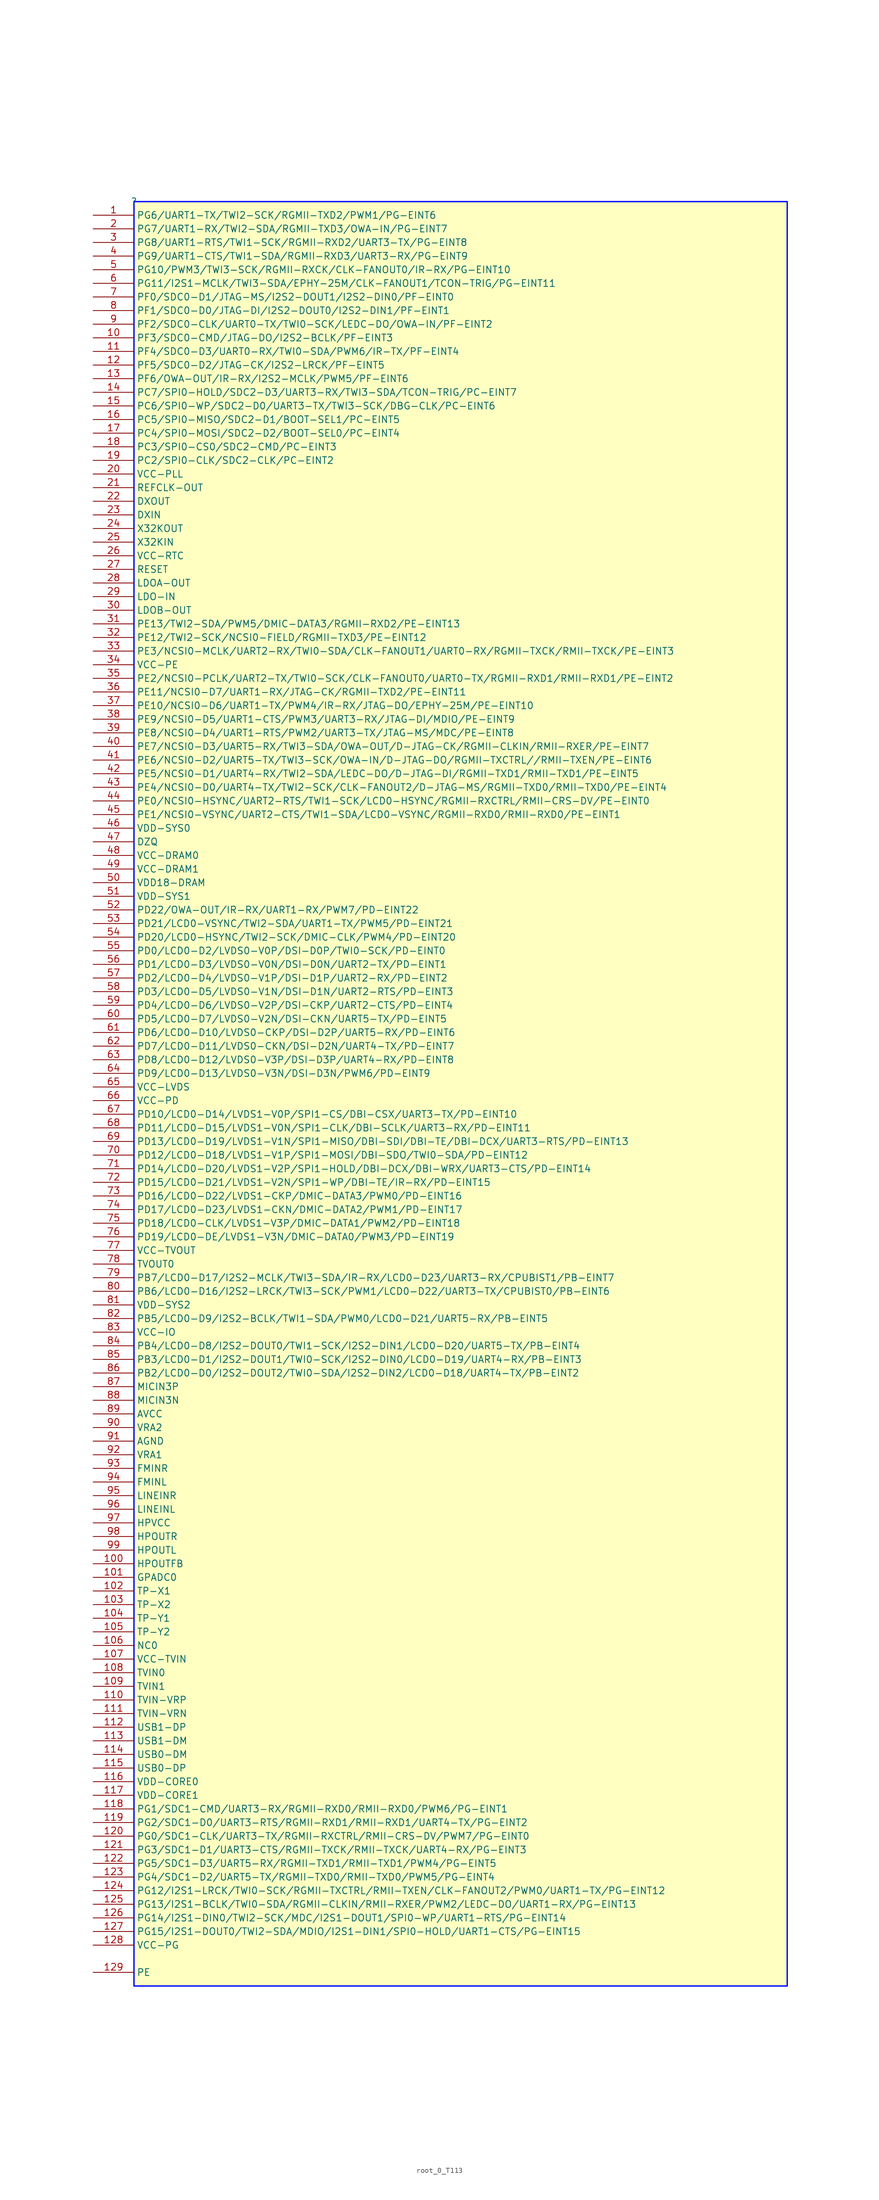
<source format=kicad_sym>
(kicad_symbol_lib
  (version 20231120)
  (generator "kicad_symbol_editor")
  (generator_version "8.0")
  (symbol "root_0_T113"
    (property "Reference" ""
      (at 0 0 0)
      (effects (font (size 1.27 1.27))))
    (property "Value" ""
      (at 0 0 0)
      (effects (font (size 1.27 1.27))))
    (symbol "root_0_T113_1_0"
      (rectangle (start 121.92 0) (end 0 -332.74) (stroke (width 0.254) (type solid) (color 0 11 255 1)) (fill (type background)))
      (pin passive line (at -7.62 -2.54 0) (length 7.62) (name "PG6/UART1-TX/TWI2-SCK/RGMII-TXD2/PWM1/PG-EINT6" (effects (font (size 1.27 1.27)))) (number "1" (effects (font (size 1.27 1.27)))))
      (pin passive line (at -7.62 -25.4 0) (length 7.62) (name "PF3/SDC0-CMD/JTAG-DO/I2S2-BCLK/PF-EINT3" (effects (font (size 1.27 1.27)))) (number "10" (effects (font (size 1.27 1.27)))))
      (pin passive line (at -7.62 -254 0) (length 7.62) (name "HPOUTFB" (effects (font (size 1.27 1.27)))) (number "100" (effects (font (size 1.27 1.27)))))
      (pin passive line (at -7.62 -256.54 0) (length 7.62) (name "GPADC0" (effects (font (size 1.27 1.27)))) (number "101" (effects (font (size 1.27 1.27)))))
      (pin passive line (at -7.62 -259.08 0) (length 7.62) (name "TP-X1" (effects (font (size 1.27 1.27)))) (number "102" (effects (font (size 1.27 1.27)))))
      (pin passive line (at -7.62 -261.62 0) (length 7.62) (name "TP-X2" (effects (font (size 1.27 1.27)))) (number "103" (effects (font (size 1.27 1.27)))))
      (pin passive line (at -7.62 -264.16 0) (length 7.62) (name "TP-Y1" (effects (font (size 1.27 1.27)))) (number "104" (effects (font (size 1.27 1.27)))))
      (pin passive line (at -7.62 -266.7 0) (length 7.62) (name "TP-Y2" (effects (font (size 1.27 1.27)))) (number "105" (effects (font (size 1.27 1.27)))))
      (pin passive line (at -7.62 -269.24 0) (length 7.62) (name "NC0" (effects (font (size 1.27 1.27)))) (number "106" (effects (font (size 1.27 1.27)))))
      (pin passive line (at -7.62 -271.78 0) (length 7.62) (name "VCC-TVIN" (effects (font (size 1.27 1.27)))) (number "107" (effects (font (size 1.27 1.27)))))
      (pin passive line (at -7.62 -274.32 0) (length 7.62) (name "TVIN0" (effects (font (size 1.27 1.27)))) (number "108" (effects (font (size 1.27 1.27)))))
      (pin passive line (at -7.62 -276.86 0) (length 7.62) (name "TVIN1" (effects (font (size 1.27 1.27)))) (number "109" (effects (font (size 1.27 1.27)))))
      (pin passive line (at -7.62 -27.94 0) (length 7.62) (name "PF4/SDC0-D3/UART0-RX/TWI0-SDA/PWM6/IR-TX/PF-EINT4" (effects (font (size 1.27 1.27)))) (number "11" (effects (font (size 1.27 1.27)))))
      (pin passive line (at -7.62 -279.4 0) (length 7.62) (name "TVIN-VRP" (effects (font (size 1.27 1.27)))) (number "110" (effects (font (size 1.27 1.27)))))
      (pin passive line (at -7.62 -281.94 0) (length 7.62) (name "TVIN-VRN" (effects (font (size 1.27 1.27)))) (number "111" (effects (font (size 1.27 1.27)))))
      (pin passive line (at -7.62 -284.48 0) (length 7.62) (name "USB1-DP" (effects (font (size 1.27 1.27)))) (number "112" (effects (font (size 1.27 1.27)))))
      (pin passive line (at -7.62 -287.02 0) (length 7.62) (name "USB1-DM" (effects (font (size 1.27 1.27)))) (number "113" (effects (font (size 1.27 1.27)))))
      (pin passive line (at -7.62 -289.56 0) (length 7.62) (name "USB0-DM" (effects (font (size 1.27 1.27)))) (number "114" (effects (font (size 1.27 1.27)))))
      (pin passive line (at -7.62 -292.1 0) (length 7.62) (name "USB0-DP" (effects (font (size 1.27 1.27)))) (number "115" (effects (font (size 1.27 1.27)))))
      (pin passive line (at -7.62 -294.64 0) (length 7.62) (name "VDD-CORE0" (effects (font (size 1.27 1.27)))) (number "116" (effects (font (size 1.27 1.27)))))
      (pin passive line (at -7.62 -297.18 0) (length 7.62) (name "VDD-CORE1" (effects (font (size 1.27 1.27)))) (number "117" (effects (font (size 1.27 1.27)))))
      (pin passive line (at -7.62 -299.72 0) (length 7.62) (name "PG1/SDC1-CMD/UART3-RX/RGMII-RXD0/RMII-RXD0/PWM6/PG-EINT1" (effects (font (size 1.27 1.27)))) (number "118" (effects (font (size 1.27 1.27)))))
      (pin passive line (at -7.62 -302.26 0) (length 7.62) (name "PG2/SDC1-D0/UART3-RTS/RGMII-RXD1/RMII-RXD1/UART4-TX/PG-EINT2" (effects (font (size 1.27 1.27)))) (number "119" (effects (font (size 1.27 1.27)))))
      (pin passive line (at -7.62 -30.48 0) (length 7.62) (name "PF5/SDC0-D2/JTAG-CK/I2S2-LRCK/PF-EINT5" (effects (font (size 1.27 1.27)))) (number "12" (effects (font (size 1.27 1.27)))))
      (pin passive line (at -7.62 -304.8 0) (length 7.62) (name "PG0/SDC1-CLK/UART3-TX/RGMII-RXCTRL/RMII-CRS-DV/PWM7/PG-EINT0" (effects (font (size 1.27 1.27)))) (number "120" (effects (font (size 1.27 1.27)))))
      (pin passive line (at -7.62 -307.34 0) (length 7.62) (name "PG3/SDC1-D1/UART3-CTS/RGMII-TXCK/RMII-TXCK/UART4-RX/PG-EINT3" (effects (font (size 1.27 1.27)))) (number "121" (effects (font (size 1.27 1.27)))))
      (pin passive line (at -7.62 -309.88 0) (length 7.62) (name "PG5/SDC1-D3/UART5-RX/RGMII-TXD1/RMII-TXD1/PWM4/PG-EINT5" (effects (font (size 1.27 1.27)))) (number "122" (effects (font (size 1.27 1.27)))))
      (pin passive line (at -7.62 -312.42 0) (length 7.62) (name "PG4/SDC1-D2/UART5-TX/RGMII-TXD0/RMII-TXD0/PWM5/PG-EINT4" (effects (font (size 1.27 1.27)))) (number "123" (effects (font (size 1.27 1.27)))))
      (pin passive line (at -7.62 -314.96 0) (length 7.62) (name "PG12/I2S1-LRCK/TWI0-SCK/RGMII-TXCTRL/RMII-TXEN/CLK-FANOUT2/PWM0/UART1-TX/PG-EINT12" (effects (font (size 1.27 1.27)))) (number "124" (effects (font (size 1.27 1.27)))))
      (pin passive line (at -7.62 -317.5 0) (length 7.62) (name "PG13/I2S1-BCLK/TWI0-SDA/RGMII-CLKIN/RMII-RXER/PWM2/LEDC-DO/UART1-RX/PG-EINT13" (effects (font (size 1.27 1.27)))) (number "125" (effects (font (size 1.27 1.27)))))
      (pin passive line (at -7.62 -320.04 0) (length 7.62) (name "PG14/I2S1-DIN0/TWI2-SCK/MDC/I2S1-DOUT1/SPI0-WP/UART1-RTS/PG-EINT14" (effects (font (size 1.27 1.27)))) (number "126" (effects (font (size 1.27 1.27)))))
      (pin passive line (at -7.62 -322.58 0) (length 7.62) (name "PG15/I2S1-DOUT0/TWI2-SDA/MDIO/I2S1-DIN1/SPI0-HOLD/UART1-CTS/PG-EINT15" (effects (font (size 1.27 1.27)))) (number "127" (effects (font (size 1.27 1.27)))))
      (pin passive line (at -7.62 -325.12 0) (length 7.62) (name "VCC-PG" (effects (font (size 1.27 1.27)))) (number "128" (effects (font (size 1.27 1.27)))))
      (pin passive line (at -7.62 -330.2 0) (length 7.62) (name "PE" (effects (font (size 1.27 1.27)))) (number "129" (effects (font (size 1.27 1.27)))))
      (pin passive line (at -7.62 -33.02 0) (length 7.62) (name "PF6/OWA-OUT/IR-RX/I2S2-MCLK/PWM5/PF-EINT6" (effects (font (size 1.27 1.27)))) (number "13" (effects (font (size 1.27 1.27)))))
      (pin passive line (at -7.62 -35.56 0) (length 7.62) (name "PC7/SPI0-HOLD/SDC2-D3/UART3-RX/TWI3-SDA/TCON-TRIG/PC-EINT7" (effects (font (size 1.27 1.27)))) (number "14" (effects (font (size 1.27 1.27)))))
      (pin passive line (at -7.62 -38.1 0) (length 7.62) (name "PC6/SPI0-WP/SDC2-D0/UART3-TX/TWI3-SCK/DBG-CLK/PC-EINT6" (effects (font (size 1.27 1.27)))) (number "15" (effects (font (size 1.27 1.27)))))
      (pin passive line (at -7.62 -40.64 0) (length 7.62) (name "PC5/SPI0-MISO/SDC2-D1/BOOT-SEL1/PC-EINT5" (effects (font (size 1.27 1.27)))) (number "16" (effects (font (size 1.27 1.27)))))
      (pin passive line (at -7.62 -43.18 0) (length 7.62) (name "PC4/SPI0-MOSI/SDC2-D2/BOOT-SEL0/PC-EINT4" (effects (font (size 1.27 1.27)))) (number "17" (effects (font (size 1.27 1.27)))))
      (pin passive line (at -7.62 -45.72 0) (length 7.62) (name "PC3/SPI0-CS0/SDC2-CMD/PC-EINT3" (effects (font (size 1.27 1.27)))) (number "18" (effects (font (size 1.27 1.27)))))
      (pin passive line (at -7.62 -48.26 0) (length 7.62) (name "PC2/SPI0-CLK/SDC2-CLK/PC-EINT2" (effects (font (size 1.27 1.27)))) (number "19" (effects (font (size 1.27 1.27)))))
      (pin passive line (at -7.62 -5.08 0) (length 7.62) (name "PG7/UART1-RX/TWI2-SDA/RGMII-TXD3/OWA-IN/PG-EINT7" (effects (font (size 1.27 1.27)))) (number "2" (effects (font (size 1.27 1.27)))))
      (pin passive line (at -7.62 -50.8 0) (length 7.62) (name "VCC-PLL" (effects (font (size 1.27 1.27)))) (number "20" (effects (font (size 1.27 1.27)))))
      (pin passive line (at -7.62 -53.34 0) (length 7.62) (name "REFCLK-OUT" (effects (font (size 1.27 1.27)))) (number "21" (effects (font (size 1.27 1.27)))))
      (pin passive line (at -7.62 -55.88 0) (length 7.62) (name "DXOUT" (effects (font (size 1.27 1.27)))) (number "22" (effects (font (size 1.27 1.27)))))
      (pin passive line (at -7.62 -58.42 0) (length 7.62) (name "DXIN" (effects (font (size 1.27 1.27)))) (number "23" (effects (font (size 1.27 1.27)))))
      (pin passive line (at -7.62 -60.96 0) (length 7.62) (name "X32KOUT" (effects (font (size 1.27 1.27)))) (number "24" (effects (font (size 1.27 1.27)))))
      (pin passive line (at -7.62 -63.5 0) (length 7.62) (name "X32KIN" (effects (font (size 1.27 1.27)))) (number "25" (effects (font (size 1.27 1.27)))))
      (pin passive line (at -7.62 -66.04 0) (length 7.62) (name "VCC-RTC" (effects (font (size 1.27 1.27)))) (number "26" (effects (font (size 1.27 1.27)))))
      (pin passive line (at -7.62 -68.58 0) (length 7.62) (name "RESET" (effects (font (size 1.27 1.27)))) (number "27" (effects (font (size 1.27 1.27)))))
      (pin passive line (at -7.62 -71.12 0) (length 7.62) (name "LDOA-OUT" (effects (font (size 1.27 1.27)))) (number "28" (effects (font (size 1.27 1.27)))))
      (pin passive line (at -7.62 -73.66 0) (length 7.62) (name "LDO-IN" (effects (font (size 1.27 1.27)))) (number "29" (effects (font (size 1.27 1.27)))))
      (pin passive line (at -7.62 -7.62 0) (length 7.62) (name "PG8/UART1-RTS/TWI1-SCK/RGMII-RXD2/UART3-TX/PG-EINT8" (effects (font (size 1.27 1.27)))) (number "3" (effects (font (size 1.27 1.27)))))
      (pin passive line (at -7.62 -76.2 0) (length 7.62) (name "LDOB-OUT" (effects (font (size 1.27 1.27)))) (number "30" (effects (font (size 1.27 1.27)))))
      (pin passive line (at -7.62 -78.74 0) (length 7.62) (name "PE13/TWI2-SDA/PWM5/DMIC-DATA3/RGMII-RXD2/PE-EINT13" (effects (font (size 1.27 1.27)))) (number "31" (effects (font (size 1.27 1.27)))))
      (pin passive line (at -7.62 -81.28 0) (length 7.62) (name "PE12/TWI2-SCK/NCSI0-FIELD/RGMII-TXD3/PE-EINT12" (effects (font (size 1.27 1.27)))) (number "32" (effects (font (size 1.27 1.27)))))
      (pin passive line (at -7.62 -83.82 0) (length 7.62) (name "PE3/NCSI0-MCLK/UART2-RX/TWI0-SDA/CLK-FANOUT1/UART0-RX/RGMII-TXCK/RMII-TXCK/PE-EINT3" (effects (font (size 1.27 1.27)))) (number "33" (effects (font (size 1.27 1.27)))))
      (pin passive line (at -7.62 -86.36 0) (length 7.62) (name "VCC-PE" (effects (font (size 1.27 1.27)))) (number "34" (effects (font (size 1.27 1.27)))))
      (pin passive line (at -7.62 -88.9 0) (length 7.62) (name "PE2/NCSI0-PCLK/UART2-TX/TWI0-SCK/CLK-FANOUT0/UART0-TX/RGMII-RXD1/RMII-RXD1/PE-EINT2" (effects (font (size 1.27 1.27)))) (number "35" (effects (font (size 1.27 1.27)))))
      (pin passive line (at -7.62 -91.44 0) (length 7.62) (name "PE11/NCSI0-D7/UART1-RX/JTAG-CK/RGMII-TXD2/PE-EINT11" (effects (font (size 1.27 1.27)))) (number "36" (effects (font (size 1.27 1.27)))))
      (pin passive line (at -7.62 -93.98 0) (length 7.62) (name "PE10/NCSI0-D6/UART1-TX/PWM4/IR-RX/JTAG-DO/EPHY-25M/PE-EINT10" (effects (font (size 1.27 1.27)))) (number "37" (effects (font (size 1.27 1.27)))))
      (pin passive line (at -7.62 -96.52 0) (length 7.62) (name "PE9/NCSI0-D5/UART1-CTS/PWM3/UART3-RX/JTAG-DI/MDIO/PE-EINT9" (effects (font (size 1.27 1.27)))) (number "38" (effects (font (size 1.27 1.27)))))
      (pin passive line (at -7.62 -99.06 0) (length 7.62) (name "PE8/NCSI0-D4/UART1-RTS/PWM2/UART3-TX/JTAG-MS/MDC/PE-EINT8" (effects (font (size 1.27 1.27)))) (number "39" (effects (font (size 1.27 1.27)))))
      (pin passive line (at -7.62 -10.16 0) (length 7.62) (name "PG9/UART1-CTS/TWI1-SDA/RGMII-RXD3/UART3-RX/PG-EINT9" (effects (font (size 1.27 1.27)))) (number "4" (effects (font (size 1.27 1.27)))))
      (pin passive line (at -7.62 -101.6 0) (length 7.62) (name "PE7/NCSI0-D3/UART5-RX/TWI3-SDA/OWA-OUT/D-JTAG-CK/RGMII-CLKIN/RMII-RXER/PE-EINT7" (effects (font (size 1.27 1.27)))) (number "40" (effects (font (size 1.27 1.27)))))
      (pin passive line (at -7.62 -104.14 0) (length 7.62) (name "PE6/NCSI0-D2/UART5-TX/TWI3-SCK/OWA-IN/D-JTAG-DO/RGMII-TXCTRL//RMII-TXEN/PE-EINT6" (effects (font (size 1.27 1.27)))) (number "41" (effects (font (size 1.27 1.27)))))
      (pin passive line (at -7.62 -106.68 0) (length 7.62) (name "PE5/NCSI0-D1/UART4-RX/TWI2-SDA/LEDC-DO/D-JTAG-DI/RGMII-TXD1/RMII-TXD1/PE-EINT5" (effects (font (size 1.27 1.27)))) (number "42" (effects (font (size 1.27 1.27)))))
      (pin passive line (at -7.62 -109.22 0) (length 7.62) (name "PE4/NCSI0-D0/UART4-TX/TWI2-SCK/CLK-FANOUT2/D-JTAG-MS/RGMII-TXD0/RMII-TXD0/PE-EINT4" (effects (font (size 1.27 1.27)))) (number "43" (effects (font (size 1.27 1.27)))))
      (pin passive line (at -7.62 -111.76 0) (length 7.62) (name "PE0/NCSI0-HSYNC/UART2-RTS/TWI1-SCK/LCD0-HSYNC/RGMII-RXCTRL/RMII-CRS-DV/PE-EINT0" (effects (font (size 1.27 1.27)))) (number "44" (effects (font (size 1.27 1.27)))))
      (pin passive line (at -7.62 -114.3 0) (length 7.62) (name "PE1/NCSI0-VSYNC/UART2-CTS/TWI1-SDA/LCD0-VSYNC/RGMII-RXD0/RMII-RXD0/PE-EINT1" (effects (font (size 1.27 1.27)))) (number "45" (effects (font (size 1.27 1.27)))))
      (pin passive line (at -7.62 -116.84 0) (length 7.62) (name "VDD-SYS0" (effects (font (size 1.27 1.27)))) (number "46" (effects (font (size 1.27 1.27)))))
      (pin passive line (at -7.62 -119.38 0) (length 7.62) (name "DZQ" (effects (font (size 1.27 1.27)))) (number "47" (effects (font (size 1.27 1.27)))))
      (pin passive line (at -7.62 -121.92 0) (length 7.62) (name "VCC-DRAM0" (effects (font (size 1.27 1.27)))) (number "48" (effects (font (size 1.27 1.27)))))
      (pin passive line (at -7.62 -124.46 0) (length 7.62) (name "VCC-DRAM1" (effects (font (size 1.27 1.27)))) (number "49" (effects (font (size 1.27 1.27)))))
      (pin passive line (at -7.62 -12.7 0) (length 7.62) (name "PG10/PWM3/TWI3-SCK/RGMII-RXCK/CLK-FANOUT0/IR-RX/PG-EINT10" (effects (font (size 1.27 1.27)))) (number "5" (effects (font (size 1.27 1.27)))))
      (pin passive line (at -7.62 -127 0) (length 7.62) (name "VDD18-DRAM" (effects (font (size 1.27 1.27)))) (number "50" (effects (font (size 1.27 1.27)))))
      (pin passive line (at -7.62 -129.54 0) (length 7.62) (name "VDD-SYS1" (effects (font (size 1.27 1.27)))) (number "51" (effects (font (size 1.27 1.27)))))
      (pin passive line (at -7.62 -132.08 0) (length 7.62) (name "PD22/OWA-OUT/IR-RX/UART1-RX/PWM7/PD-EINT22" (effects (font (size 1.27 1.27)))) (number "52" (effects (font (size 1.27 1.27)))))
      (pin passive line (at -7.62 -134.62 0) (length 7.62) (name "PD21/LCD0-VSYNC/TWI2-SDA/UART1-TX/PWM5/PD-EINT21" (effects (font (size 1.27 1.27)))) (number "53" (effects (font (size 1.27 1.27)))))
      (pin passive line (at -7.62 -137.16 0) (length 7.62) (name "PD20/LCD0-HSYNC/TWI2-SCK/DMIC-CLK/PWM4/PD-EINT20" (effects (font (size 1.27 1.27)))) (number "54" (effects (font (size 1.27 1.27)))))
      (pin passive line (at -7.62 -139.7 0) (length 7.62) (name "PD0/LCD0-D2/LVDS0-V0P/DSI-D0P/TWI0-SCK/PD-EINT0" (effects (font (size 1.27 1.27)))) (number "55" (effects (font (size 1.27 1.27)))))
      (pin passive line (at -7.62 -142.24 0) (length 7.62) (name "PD1/LCD0-D3/LVDS0-V0N/DSI-D0N/UART2-TX/PD-EINT1" (effects (font (size 1.27 1.27)))) (number "56" (effects (font (size 1.27 1.27)))))
      (pin passive line (at -7.62 -144.78 0) (length 7.62) (name "PD2/LCD0-D4/LVDS0-V1P/DSI-D1P/UART2-RX/PD-EINT2" (effects (font (size 1.27 1.27)))) (number "57" (effects (font (size 1.27 1.27)))))
      (pin passive line (at -7.62 -147.32 0) (length 7.62) (name "PD3/LCD0-D5/LVDS0-V1N/DSI-D1N/UART2-RTS/PD-EINT3" (effects (font (size 1.27 1.27)))) (number "58" (effects (font (size 1.27 1.27)))))
      (pin passive line (at -7.62 -149.86 0) (length 7.62) (name "PD4/LCD0-D6/LVDS0-V2P/DSI-CKP/UART2-CTS/PD-EINT4" (effects (font (size 1.27 1.27)))) (number "59" (effects (font (size 1.27 1.27)))))
      (pin passive line (at -7.62 -15.24 0) (length 7.62) (name "PG11/I2S1-MCLK/TWI3-SDA/EPHY-25M/CLK-FANOUT1/TCON-TRIG/PG-EINT11" (effects (font (size 1.27 1.27)))) (number "6" (effects (font (size 1.27 1.27)))))
      (pin passive line (at -7.62 -152.4 0) (length 7.62) (name "PD5/LCD0-D7/LVDS0-V2N/DSI-CKN/UART5-TX/PD-EINT5" (effects (font (size 1.27 1.27)))) (number "60" (effects (font (size 1.27 1.27)))))
      (pin passive line (at -7.62 -154.94 0) (length 7.62) (name "PD6/LCD0-D10/LVDS0-CKP/DSI-D2P/UART5-RX/PD-EINT6" (effects (font (size 1.27 1.27)))) (number "61" (effects (font (size 1.27 1.27)))))
      (pin passive line (at -7.62 -157.48 0) (length 7.62) (name "PD7/LCD0-D11/LVDS0-CKN/DSI-D2N/UART4-TX/PD-EINT7" (effects (font (size 1.27 1.27)))) (number "62" (effects (font (size 1.27 1.27)))))
      (pin passive line (at -7.62 -160.02 0) (length 7.62) (name "PD8/LCD0-D12/LVDS0-V3P/DSI-D3P/UART4-RX/PD-EINT8" (effects (font (size 1.27 1.27)))) (number "63" (effects (font (size 1.27 1.27)))))
      (pin passive line (at -7.62 -162.56 0) (length 7.62) (name "PD9/LCD0-D13/LVDS0-V3N/DSI-D3N/PWM6/PD-EINT9" (effects (font (size 1.27 1.27)))) (number "64" (effects (font (size 1.27 1.27)))))
      (pin passive line (at -7.62 -165.1 0) (length 7.62) (name "VCC-LVDS" (effects (font (size 1.27 1.27)))) (number "65" (effects (font (size 1.27 1.27)))))
      (pin passive line (at -7.62 -167.64 0) (length 7.62) (name "VCC-PD" (effects (font (size 1.27 1.27)))) (number "66" (effects (font (size 1.27 1.27)))))
      (pin passive line (at -7.62 -170.18 0) (length 7.62) (name "PD10/LCD0-D14/LVDS1-V0P/SPI1-CS/DBI-CSX/UART3-TX/PD-EINT10" (effects (font (size 1.27 1.27)))) (number "67" (effects (font (size 1.27 1.27)))))
      (pin passive line (at -7.62 -172.72 0) (length 7.62) (name "PD11/LCD0-D15/LVDS1-V0N/SPI1-CLK/DBI-SCLK/UART3-RX/PD-EINT11" (effects (font (size 1.27 1.27)))) (number "68" (effects (font (size 1.27 1.27)))))
      (pin passive line (at -7.62 -175.26 0) (length 7.62) (name "PD13/LCD0-D19/LVDS1-V1N/SPI1-MISO/DBI-SDI/DBI-TE/DBI-DCX/UART3-RTS/PD-EINT13" (effects (font (size 1.27 1.27)))) (number "69" (effects (font (size 1.27 1.27)))))
      (pin passive line (at -7.62 -17.78 0) (length 7.62) (name "PF0/SDC0-D1/JTAG-MS/I2S2-DOUT1/I2S2-DIN0/PF-EINT0" (effects (font (size 1.27 1.27)))) (number "7" (effects (font (size 1.27 1.27)))))
      (pin passive line (at -7.62 -177.8 0) (length 7.62) (name "PD12/LCD0-D18/LVDS1-V1P/SPI1-MOSI/DBI-SDO/TWI0-SDA/PD-EINT12" (effects (font (size 1.27 1.27)))) (number "70" (effects (font (size 1.27 1.27)))))
      (pin passive line (at -7.62 -180.34 0) (length 7.62) (name "PD14/LCD0-D20/LVDS1-V2P/SPI1-HOLD/DBI-DCX/DBI-WRX/UART3-CTS/PD-EINT14" (effects (font (size 1.27 1.27)))) (number "71" (effects (font (size 1.27 1.27)))))
      (pin passive line (at -7.62 -182.88 0) (length 7.62) (name "PD15/LCD0-D21/LVDS1-V2N/SPI1-WP/DBI-TE/IR-RX/PD-EINT15" (effects (font (size 1.27 1.27)))) (number "72" (effects (font (size 1.27 1.27)))))
      (pin passive line (at -7.62 -185.42 0) (length 7.62) (name "PD16/LCD0-D22/LVDS1-CKP/DMIC-DATA3/PWM0/PD-EINT16" (effects (font (size 1.27 1.27)))) (number "73" (effects (font (size 1.27 1.27)))))
      (pin passive line (at -7.62 -187.96 0) (length 7.62) (name "PD17/LCD0-D23/LVDS1-CKN/DMIC-DATA2/PWM1/PD-EINT17" (effects (font (size 1.27 1.27)))) (number "74" (effects (font (size 1.27 1.27)))))
      (pin passive line (at -7.62 -190.5 0) (length 7.62) (name "PD18/LCD0-CLK/LVDS1-V3P/DMIC-DATA1/PWM2/PD-EINT18" (effects (font (size 1.27 1.27)))) (number "75" (effects (font (size 1.27 1.27)))))
      (pin passive line (at -7.62 -193.04 0) (length 7.62) (name "PD19/LCD0-DE/LVDS1-V3N/DMIC-DATA0/PWM3/PD-EINT19" (effects (font (size 1.27 1.27)))) (number "76" (effects (font (size 1.27 1.27)))))
      (pin passive line (at -7.62 -195.58 0) (length 7.62) (name "VCC-TVOUT" (effects (font (size 1.27 1.27)))) (number "77" (effects (font (size 1.27 1.27)))))
      (pin passive line (at -7.62 -198.12 0) (length 7.62) (name "TVOUT0" (effects (font (size 1.27 1.27)))) (number "78" (effects (font (size 1.27 1.27)))))
      (pin passive line (at -7.62 -200.66 0) (length 7.62) (name "PB7/LCD0-D17/I2S2-MCLK/TWI3-SDA/IR-RX/LCD0-D23/UART3-RX/CPUBIST1/PB-EINT7" (effects (font (size 1.27 1.27)))) (number "79" (effects (font (size 1.27 1.27)))))
      (pin passive line (at -7.62 -20.32 0) (length 7.62) (name "PF1/SDC0-D0/JTAG-DI/I2S2-DOUT0/I2S2-DIN1/PF-EINT1" (effects (font (size 1.27 1.27)))) (number "8" (effects (font (size 1.27 1.27)))))
      (pin passive line (at -7.62 -203.2 0) (length 7.62) (name "PB6/LCD0-D16/I2S2-LRCK/TWI3-SCK/PWM1/LCD0-D22/UART3-TX/CPUBIST0/PB-EINT6" (effects (font (size 1.27 1.27)))) (number "80" (effects (font (size 1.27 1.27)))))
      (pin passive line (at -7.62 -205.74 0) (length 7.62) (name "VDD-SYS2" (effects (font (size 1.27 1.27)))) (number "81" (effects (font (size 1.27 1.27)))))
      (pin passive line (at -7.62 -208.28 0) (length 7.62) (name "PB5/LCD0-D9/I2S2-BCLK/TWI1-SDA/PWM0/LCD0-D21/UART5-RX/PB-EINT5" (effects (font (size 1.27 1.27)))) (number "82" (effects (font (size 1.27 1.27)))))
      (pin passive line (at -7.62 -210.82 0) (length 7.62) (name "VCC-IO" (effects (font (size 1.27 1.27)))) (number "83" (effects (font (size 1.27 1.27)))))
      (pin passive line (at -7.62 -213.36 0) (length 7.62) (name "PB4/LCD0-D8/I2S2-DOUT0/TWI1-SCK/I2S2-DIN1/LCD0-D20/UART5-TX/PB-EINT4" (effects (font (size 1.27 1.27)))) (number "84" (effects (font (size 1.27 1.27)))))
      (pin passive line (at -7.62 -215.9 0) (length 7.62) (name "PB3/LCD0-D1/I2S2-DOUT1/TWI0-SCK/I2S2-DIN0/LCD0-D19/UART4-RX/PB-EINT3" (effects (font (size 1.27 1.27)))) (number "85" (effects (font (size 1.27 1.27)))))
      (pin passive line (at -7.62 -218.44 0) (length 7.62) (name "PB2/LCD0-D0/I2S2-DOUT2/TWI0-SDA/I2S2-DIN2/LCD0-D18/UART4-TX/PB-EINT2" (effects (font (size 1.27 1.27)))) (number "86" (effects (font (size 1.27 1.27)))))
      (pin passive line (at -7.62 -220.98 0) (length 7.62) (name "MICIN3P" (effects (font (size 1.27 1.27)))) (number "87" (effects (font (size 1.27 1.27)))))
      (pin passive line (at -7.62 -223.52 0) (length 7.62) (name "MICIN3N" (effects (font (size 1.27 1.27)))) (number "88" (effects (font (size 1.27 1.27)))))
      (pin passive line (at -7.62 -226.06 0) (length 7.62) (name "AVCC" (effects (font (size 1.27 1.27)))) (number "89" (effects (font (size 1.27 1.27)))))
      (pin passive line (at -7.62 -22.86 0) (length 7.62) (name "PF2/SDC0-CLK/UART0-TX/TWI0-SCK/LEDC-DO/OWA-IN/PF-EINT2" (effects (font (size 1.27 1.27)))) (number "9" (effects (font (size 1.27 1.27)))))
      (pin passive line (at -7.62 -228.6 0) (length 7.62) (name "VRA2" (effects (font (size 1.27 1.27)))) (number "90" (effects (font (size 1.27 1.27)))))
      (pin passive line (at -7.62 -231.14 0) (length 7.62) (name "AGND" (effects (font (size 1.27 1.27)))) (number "91" (effects (font (size 1.27 1.27)))))
      (pin passive line (at -7.62 -233.68 0) (length 7.62) (name "VRA1" (effects (font (size 1.27 1.27)))) (number "92" (effects (font (size 1.27 1.27)))))
      (pin passive line (at -7.62 -236.22 0) (length 7.62) (name "FMINR" (effects (font (size 1.27 1.27)))) (number "93" (effects (font (size 1.27 1.27)))))
      (pin passive line (at -7.62 -238.76 0) (length 7.62) (name "FMINL" (effects (font (size 1.27 1.27)))) (number "94" (effects (font (size 1.27 1.27)))))
      (pin passive line (at -7.62 -241.3 0) (length 7.62) (name "LINEINR" (effects (font (size 1.27 1.27)))) (number "95" (effects (font (size 1.27 1.27)))))
      (pin passive line (at -7.62 -243.84 0) (length 7.62) (name "LINEINL" (effects (font (size 1.27 1.27)))) (number "96" (effects (font (size 1.27 1.27)))))
      (pin passive line (at -7.62 -246.38 0) (length 7.62) (name "HPVCC" (effects (font (size 1.27 1.27)))) (number "97" (effects (font (size 1.27 1.27)))))
      (pin passive line (at -7.62 -248.92 0) (length 7.62) (name "HPOUTR" (effects (font (size 1.27 1.27)))) (number "98" (effects (font (size 1.27 1.27)))))
      (pin passive line (at -7.62 -251.46 0) (length 7.62) (name "HPOUTL" (effects (font (size 1.27 1.27)))) (number "99" (effects (font (size 1.27 1.27))))))))
</source>
